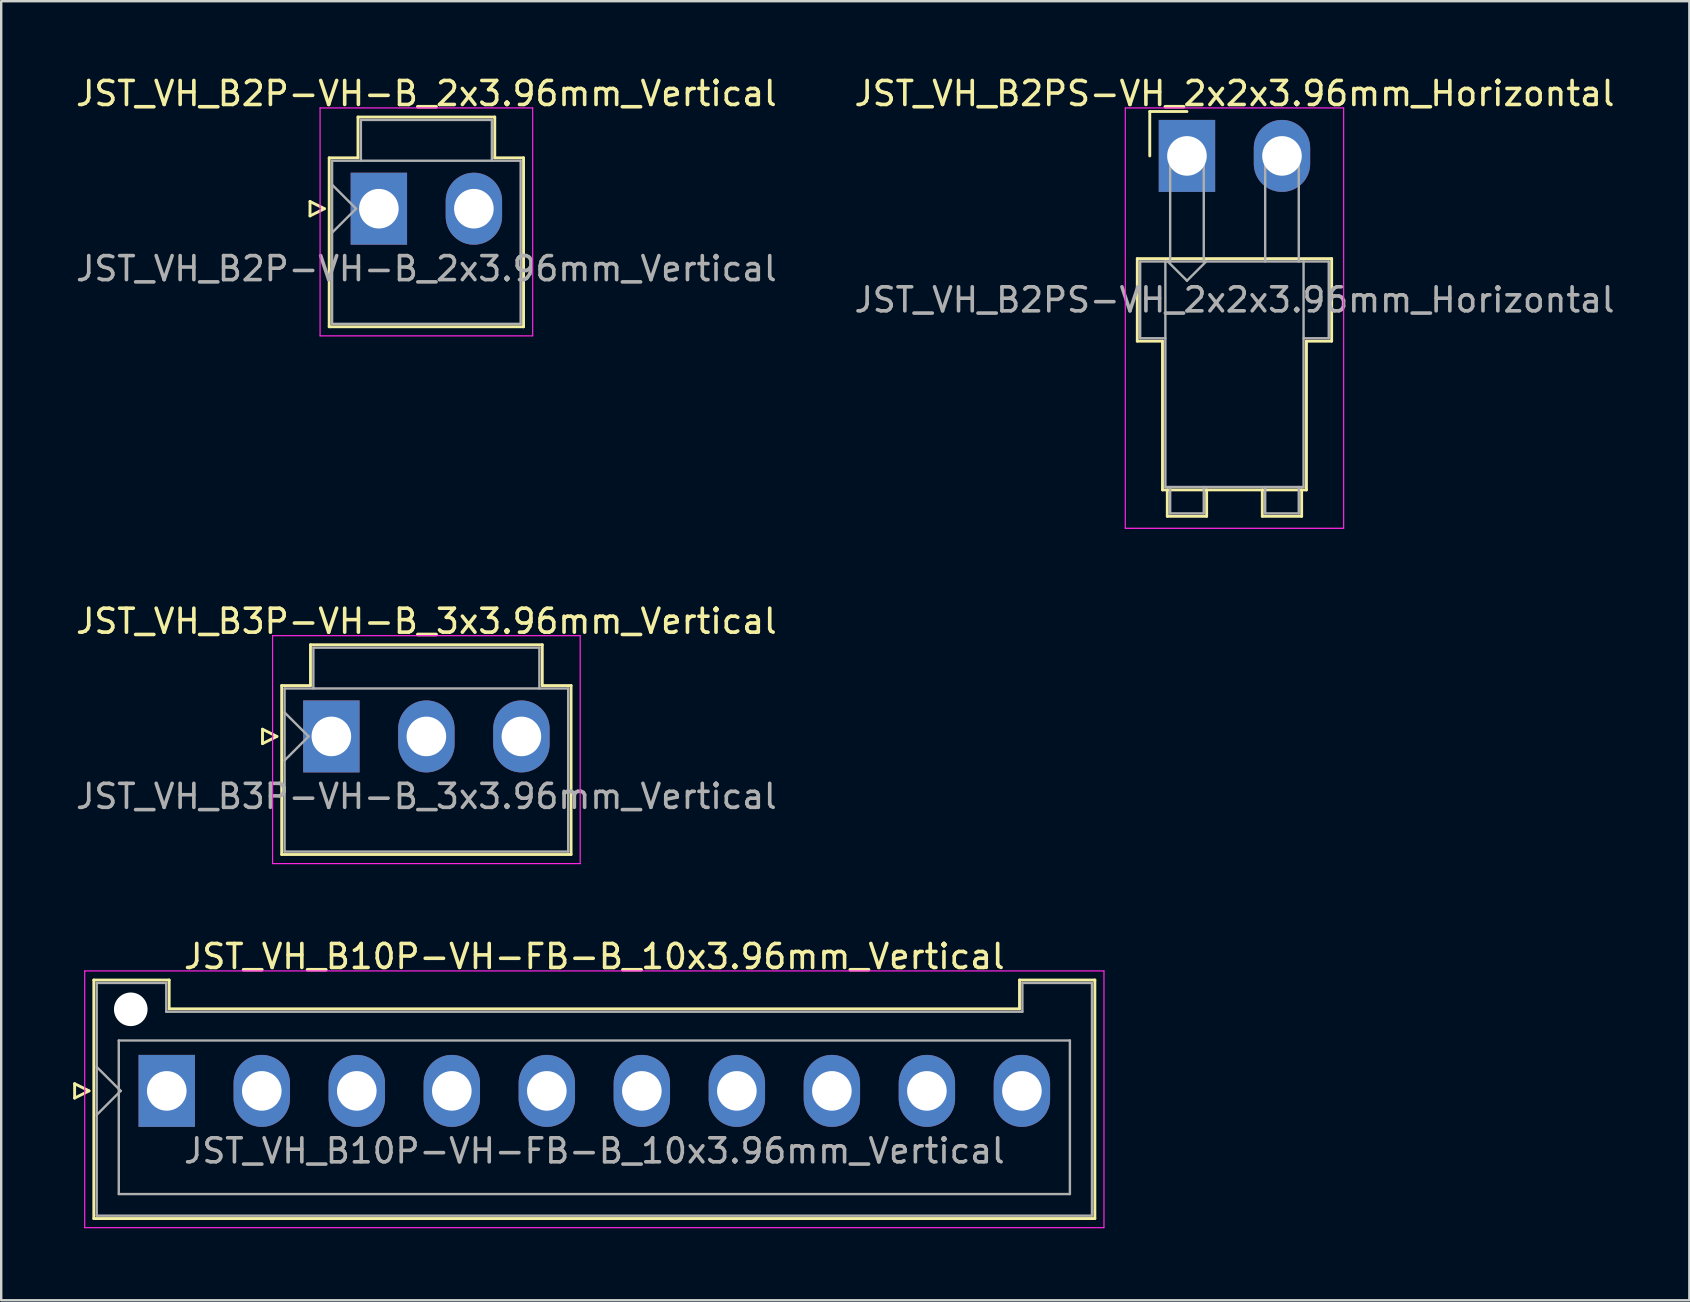
<source format=kicad_pcb>
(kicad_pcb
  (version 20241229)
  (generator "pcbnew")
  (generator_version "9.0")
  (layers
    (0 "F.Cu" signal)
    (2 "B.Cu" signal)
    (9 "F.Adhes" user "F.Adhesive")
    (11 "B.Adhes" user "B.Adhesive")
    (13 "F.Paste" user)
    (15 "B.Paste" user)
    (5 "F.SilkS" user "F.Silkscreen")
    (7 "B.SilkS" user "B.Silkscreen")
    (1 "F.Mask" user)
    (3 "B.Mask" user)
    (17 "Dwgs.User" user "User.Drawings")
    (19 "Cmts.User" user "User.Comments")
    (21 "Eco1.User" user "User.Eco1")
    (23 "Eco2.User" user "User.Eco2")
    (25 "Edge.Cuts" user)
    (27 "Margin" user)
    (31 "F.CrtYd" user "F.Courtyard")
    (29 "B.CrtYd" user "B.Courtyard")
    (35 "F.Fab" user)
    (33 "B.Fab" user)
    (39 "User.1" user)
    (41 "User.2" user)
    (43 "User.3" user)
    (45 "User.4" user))
  (footprint "JST_VH_B2PS-VH_2x2x3.96mm_Horizontal"
    (layer "F.Cu")
    (at 46.419 3.448)
    (property "Reference" "JST_VH_B2PS-VH_2x2x3.96mm_Horizontal" (at 1.98 -2.6 0) (layer "F.SilkS") (effects (font (size 1 1) (thickness 0.15))))
    (attr through_hole)
    (fp_line (start -2.07 4.28) (end 6.03 4.28) (stroke (width 0.12) (type solid)) (layer "F.SilkS"))
    (fp_line (start -2.07 7.72) (end -2.07 4.28) (stroke (width 0.12) (type solid)) (layer "F.SilkS"))
    (fp_line (start -1.55 -1.85) (end -1.55 0) (stroke (width 0.12) (type solid)) (layer "F.SilkS"))
    (fp_line (start -1.02 7.72) (end -2.07 7.72) (stroke (width 0.12) (type solid)) (layer "F.SilkS"))
    (fp_line (start -1.02 13.92) (end -1.02 7.72) (stroke (width 0.12) (type solid)) (layer "F.SilkS"))
    (fp_line (start -0.82 13.92) (end -0.82 15.02) (stroke (width 0.12) (type solid)) (layer "F.SilkS"))
    (fp_line (start -0.82 15.02) (end 0.82 15.02) (stroke (width 0.12) (type solid)) (layer "F.SilkS"))
    (fp_line (start 0 -1.85) (end -1.55 -1.85) (stroke (width 0.12) (type solid)) (layer "F.SilkS"))
    (fp_line (start 0.82 15.02) (end 0.82 13.92) (stroke (width 0.12) (type solid)) (layer "F.SilkS"))
    (fp_line (start 3.14 13.92) (end 3.14 15.02) (stroke (width 0.12) (type solid)) (layer "F.SilkS"))
    (fp_line (start 3.14 15.02) (end 4.78 15.02) (stroke (width 0.12) (type solid)) (layer "F.SilkS"))
    (fp_line (start 4.78 15.02) (end 4.78 13.92) (stroke (width 0.12) (type solid)) (layer "F.SilkS"))
    (fp_line (start 4.98 7.72) (end 4.98 13.92) (stroke (width 0.12) (type solid)) (layer "F.SilkS"))
    (fp_line (start 4.98 13.92) (end -1.02 13.92) (stroke (width 0.12) (type solid)) (layer "F.SilkS"))
    (fp_line (start 6.03 4.28) (end 6.03 7.72) (stroke (width 0.12) (type solid)) (layer "F.SilkS"))
    (fp_line (start 6.03 7.72) (end 4.98 7.72) (stroke (width 0.12) (type solid)) (layer "F.SilkS"))
    (fp_line (start -2.57 -2) (end -2.57 15.52) (stroke (width 0.05) (type solid)) (layer "F.CrtYd"))
    (fp_line (start -2.57 15.52) (end 6.53 15.52) (stroke (width 0.05) (type solid)) (layer "F.CrtYd"))
    (fp_line (start 6.53 -2) (end -2.57 -2) (stroke (width 0.05) (type solid)) (layer "F.CrtYd"))
    (fp_line (start 6.53 15.52) (end 6.53 -2) (stroke (width 0.05) (type solid)) (layer "F.CrtYd"))
    (fp_line (start -1.95 4.4) (end -0.9 4.4) (stroke (width 0.1) (type solid)) (layer "F.Fab"))
    (fp_line (start -1.95 7.6) (end -1.95 4.4) (stroke (width 0.1) (type solid)) (layer "F.Fab"))
    (fp_line (start -0.9 4.4) (end -0.9 13.8) (stroke (width 0.1) (type solid)) (layer "F.Fab"))
    (fp_line (start -0.9 7.6) (end -1.95 7.6) (stroke (width 0.1) (type solid)) (layer "F.Fab"))
    (fp_line (start -0.9 13.8) (end 4.86 13.8) (stroke (width 0.1) (type solid)) (layer "F.Fab"))
    (fp_line (start -0.8 4.4) (end 0 5.2) (stroke (width 0.1) (type solid)) (layer "F.Fab"))
    (fp_line (start -0.7 0) (end 0.7 0) (stroke (width 0.1) (type solid)) (layer "F.Fab"))
    (fp_line (start -0.7 4.4) (end -0.7 0) (stroke (width 0.1) (type solid)) (layer "F.Fab"))
    (fp_line (start -0.7 13.8) (end -0.7 14.9) (stroke (width 0.1) (type solid)) (layer "F.Fab"))
    (fp_line (start -0.7 14.9) (end 0.7 14.9) (stroke (width 0.1) (type solid)) (layer "F.Fab"))
    (fp_line (start 0 5.2) (end 0.8 4.4) (stroke (width 0.1) (type solid)) (layer "F.Fab"))
    (fp_line (start 0.7 0) (end 0.7 4.4) (stroke (width 0.1) (type solid)) (layer "F.Fab"))
    (fp_line (start 0.7 14.9) (end 0.7 13.8) (stroke (width 0.1) (type solid)) (layer "F.Fab"))
    (fp_line (start 3.26 0) (end 4.66 0) (stroke (width 0.1) (type solid)) (layer "F.Fab"))
    (fp_line (start 3.26 4.4) (end 3.26 0) (stroke (width 0.1) (type solid)) (layer "F.Fab"))
    (fp_line (start 3.26 13.8) (end 3.26 14.9) (stroke (width 0.1) (type solid)) (layer "F.Fab"))
    (fp_line (start 3.26 14.9) (end 4.66 14.9) (stroke (width 0.1) (type solid)) (layer "F.Fab"))
    (fp_line (start 4.66 0) (end 4.66 4.4) (stroke (width 0.1) (type solid)) (layer "F.Fab"))
    (fp_line (start 4.66 14.9) (end 4.66 13.8) (stroke (width 0.1) (type solid)) (layer "F.Fab"))
    (fp_line (start 4.86 4.4) (end -0.9 4.4) (stroke (width 0.1) (type solid)) (layer "F.Fab"))
    (fp_line (start 4.86 4.4) (end 5.91 4.4) (stroke (width 0.1) (type solid)) (layer "F.Fab"))
    (fp_line (start 4.86 13.8) (end 4.86 4.4) (stroke (width 0.1) (type solid)) (layer "F.Fab"))
    (fp_line (start 5.91 4.4) (end 5.91 7.6) (stroke (width 0.1) (type solid)) (layer "F.Fab"))
    (fp_line (start 5.91 7.6) (end 4.86 7.6) (stroke (width 0.1) (type solid)) (layer "F.Fab"))
    (fp_text user "${REFERENCE}" (at 1.98 6 0) (layer "F.Fab") (effects (font (size 1 1) (thickness 0.15))))
    (pad "1" thru_hole rect (at 0 0) (size 2.35 3) (drill 1.65) (layers "*.Cu" "*.Mask"))
    (pad "2" thru_hole oval (at 3.96 0) (size 2.35 3) (drill 1.65) (layers "*.Cu" "*.Mask")))
  (footprint "JST_VH_B10P-VH-FB-B_10x3.96mm_Vertical"
    (layer "F.Cu")
    (at 3.9 42.415)
    (property "Reference" "JST_VH_B10P-VH-FB-B_10x3.96mm_Vertical" (at 17.82 -5.6 0) (layer "F.SilkS") (effects (font (size 1 1) (thickness 0.15))))
    (attr through_hole)
    (fp_line (start -3.84 -0.3) (end -3.24 0) (stroke (width 0.12) (type solid)) (layer "F.SilkS"))
    (fp_line (start -3.84 0.3) (end -3.84 -0.3) (stroke (width 0.12) (type solid)) (layer "F.SilkS"))
    (fp_line (start -3.24 0) (end -3.84 0.3) (stroke (width 0.12) (type solid)) (layer "F.SilkS"))
    (fp_line (start -3.04 -4.62) (end 0.1 -4.62) (stroke (width 0.12) (type solid)) (layer "F.SilkS"))
    (fp_line (start -3.04 5.32) (end -3.04 -4.62) (stroke (width 0.12) (type solid)) (layer "F.SilkS"))
    (fp_line (start 0.1 -4.62) (end 0.1 -3.42) (stroke (width 0.12) (type solid)) (layer "F.SilkS"))
    (fp_line (start 0.1 -3.42) (end 35.54 -3.42) (stroke (width 0.12) (type solid)) (layer "F.SilkS"))
    (fp_line (start 35.54 -4.62) (end 38.68 -4.62) (stroke (width 0.12) (type solid)) (layer "F.SilkS"))
    (fp_line (start 35.54 -3.42) (end 35.54 -4.62) (stroke (width 0.12) (type solid)) (layer "F.SilkS"))
    (fp_line (start 38.68 -4.62) (end 38.68 5.32) (stroke (width 0.12) (type solid)) (layer "F.SilkS"))
    (fp_line (start 38.68 5.32) (end -3.04 5.32) (stroke (width 0.12) (type solid)) (layer "F.SilkS"))
    (fp_line (start -3.42 -5) (end -3.42 5.7) (stroke (width 0.05) (type solid)) (layer "F.CrtYd"))
    (fp_line (start -3.42 5.7) (end 39.06 5.7) (stroke (width 0.05) (type solid)) (layer "F.CrtYd"))
    (fp_line (start 39.06 -5) (end -3.42 -5) (stroke (width 0.05) (type solid)) (layer "F.CrtYd"))
    (fp_line (start 39.06 5.7) (end 39.06 -5) (stroke (width 0.05) (type solid)) (layer "F.CrtYd"))
    (fp_line (start -2.92 -4.5) (end -0.02 -4.5) (stroke (width 0.1) (type solid)) (layer "F.Fab"))
    (fp_line (start -2.92 -1) (end -1.92 0) (stroke (width 0.1) (type solid)) (layer "F.Fab"))
    (fp_line (start -2.92 1) (end -1.92 0) (stroke (width 0.1) (type solid)) (layer "F.Fab"))
    (fp_line (start -2.92 5.2) (end -2.92 -4.5) (stroke (width 0.1) (type solid)) (layer "F.Fab"))
    (fp_line (start -2 -2.1) (end 37.64 -2.1) (stroke (width 0.1) (type solid)) (layer "F.Fab"))
    (fp_line (start -2 4.3) (end -2 -2.1) (stroke (width 0.1) (type solid)) (layer "F.Fab"))
    (fp_line (start -0.02 -4.5) (end -0.02 -3.3) (stroke (width 0.1) (type solid)) (layer "F.Fab"))
    (fp_line (start -0.02 -3.3) (end 35.66 -3.3) (stroke (width 0.1) (type solid)) (layer "F.Fab"))
    (fp_line (start 35.66 -4.5) (end 38.56 -4.5) (stroke (width 0.1) (type solid)) (layer "F.Fab"))
    (fp_line (start 35.66 -3.3) (end 35.66 -4.5) (stroke (width 0.1) (type solid)) (layer "F.Fab"))
    (fp_line (start 37.64 -2.1) (end 37.64 4.3) (stroke (width 0.1) (type solid)) (layer "F.Fab"))
    (fp_line (start 37.64 4.3) (end -2 4.3) (stroke (width 0.1) (type solid)) (layer "F.Fab"))
    (fp_line (start 38.56 -4.5) (end 38.56 5.2) (stroke (width 0.1) (type solid)) (layer "F.Fab"))
    (fp_line (start 38.56 5.2) (end -2.92 5.2) (stroke (width 0.1) (type solid)) (layer "F.Fab"))
    (fp_text user "${REFERENCE}" (at 17.82 2.5 0) (layer "F.Fab") (effects (font (size 1 1) (thickness 0.15))))
    (pad "" np_thru_hole circle (at -1.5 -3.4) (size 1.4 1.4) (drill 1.4) (layers "*.Cu" "*.Mask"))
    (pad "1" thru_hole rect (at 0 0) (size 2.35 3) (drill 1.65) (layers "*.Cu" "*.Mask"))
    (pad "2" thru_hole oval (at 3.96 0) (size 2.35 3) (drill 1.65) (layers "*.Cu" "*.Mask"))
    (pad "3" thru_hole oval (at 7.92 0) (size 2.35 3) (drill 1.65) (layers "*.Cu" "*.Mask"))
    (pad "4" thru_hole oval (at 11.88 0) (size 2.35 3) (drill 1.65) (layers "*.Cu" "*.Mask"))
    (pad "5" thru_hole oval (at 15.84 0) (size 2.35 3) (drill 1.65) (layers "*.Cu" "*.Mask"))
    (pad "6" thru_hole oval (at 19.8 0) (size 2.35 3) (drill 1.65) (layers "*.Cu" "*.Mask"))
    (pad "7" thru_hole oval (at 23.76 0) (size 2.35 3) (drill 1.65) (layers "*.Cu" "*.Mask"))
    (pad "8" thru_hole oval (at 27.72 0) (size 2.35 3) (drill 1.65) (layers "*.Cu" "*.Mask"))
    (pad "9" thru_hole oval (at 31.68 0) (size 2.35 3) (drill 1.65) (layers "*.Cu" "*.Mask"))
    (pad "10" thru_hole oval (at 35.64 0) (size 2.35 3) (drill 1.65) (layers "*.Cu" "*.Mask")))
  (footprint "JST_VH_B2P-VH-B_2x3.96mm_Vertical"
    (layer "F.Cu")
    (at 12.74 5.648)
    (property "Reference" "JST_VH_B2P-VH-B_2x3.96mm_Vertical" (at 1.98 -4.8 0) (layer "F.SilkS") (effects (font (size 1 1) (thickness 0.15))))
    (attr through_hole)
    (fp_line (start -2.87 -0.3) (end -2.27 0) (stroke (width 0.12) (type solid)) (layer "F.SilkS"))
    (fp_line (start -2.87 0.3) (end -2.87 -0.3) (stroke (width 0.12) (type solid)) (layer "F.SilkS"))
    (fp_line (start -2.27 0) (end -2.87 0.3) (stroke (width 0.12) (type solid)) (layer "F.SilkS"))
    (fp_line (start -2.07 -2.12) (end -0.87 -2.12) (stroke (width 0.12) (type solid)) (layer "F.SilkS"))
    (fp_line (start -2.07 4.92) (end -2.07 -2.12) (stroke (width 0.12) (type solid)) (layer "F.SilkS"))
    (fp_line (start -0.87 -3.82) (end 4.83 -3.82) (stroke (width 0.12) (type solid)) (layer "F.SilkS"))
    (fp_line (start -0.87 -2.12) (end -0.87 -3.82) (stroke (width 0.12) (type solid)) (layer "F.SilkS"))
    (fp_line (start 4.83 -3.82) (end 4.83 -2.12) (stroke (width 0.12) (type solid)) (layer "F.SilkS"))
    (fp_line (start 4.83 -2.12) (end 6.03 -2.12) (stroke (width 0.12) (type solid)) (layer "F.SilkS"))
    (fp_line (start 6.03 -2.12) (end 6.03 4.92) (stroke (width 0.12) (type solid)) (layer "F.SilkS"))
    (fp_line (start 6.03 4.92) (end -2.07 4.92) (stroke (width 0.12) (type solid)) (layer "F.SilkS"))
    (fp_line (start -2.45 -4.2) (end -2.45 5.3) (stroke (width 0.05) (type solid)) (layer "F.CrtYd"))
    (fp_line (start -2.45 5.3) (end 6.41 5.3) (stroke (width 0.05) (type solid)) (layer "F.CrtYd"))
    (fp_line (start 6.41 -4.2) (end -2.45 -4.2) (stroke (width 0.05) (type solid)) (layer "F.CrtYd"))
    (fp_line (start 6.41 5.3) (end 6.41 -4.2) (stroke (width 0.05) (type solid)) (layer "F.CrtYd"))
    (fp_line (start -1.95 -2) (end -1.95 4.8) (stroke (width 0.1) (type solid)) (layer "F.Fab"))
    (fp_line (start -1.95 -1) (end -0.95 0) (stroke (width 0.1) (type solid)) (layer "F.Fab"))
    (fp_line (start -1.95 1) (end -0.95 0) (stroke (width 0.1) (type solid)) (layer "F.Fab"))
    (fp_line (start -1.95 4.8) (end 5.91 4.8) (stroke (width 0.1) (type solid)) (layer "F.Fab"))
    (fp_line (start -0.75 -3.7) (end 4.71 -3.7) (stroke (width 0.1) (type solid)) (layer "F.Fab"))
    (fp_line (start -0.75 -2) (end -0.75 -3.7) (stroke (width 0.1) (type solid)) (layer "F.Fab"))
    (fp_line (start 4.71 -3.7) (end 4.71 -2) (stroke (width 0.1) (type solid)) (layer "F.Fab"))
    (fp_line (start 5.91 -2) (end -1.95 -2) (stroke (width 0.1) (type solid)) (layer "F.Fab"))
    (fp_line (start 5.91 4.8) (end 5.91 -2) (stroke (width 0.1) (type solid)) (layer "F.Fab"))
    (fp_text user "${REFERENCE}" (at 1.98 2.5 0) (layer "F.Fab") (effects (font (size 1 1) (thickness 0.15))))
    (pad "1" thru_hole rect (at 0 0) (size 2.35 3) (drill 1.65) (layers "*.Cu" "*.Mask"))
    (pad "2" thru_hole oval (at 3.96 0) (size 2.35 3) (drill 1.65) (layers "*.Cu" "*.Mask")))
  (footprint "JST_VH_B3P-VH-B_3x3.96mm_Vertical"
    (layer "F.Cu")
    (at 10.76 27.642)
    (property "Reference" "JST_VH_B3P-VH-B_3x3.96mm_Vertical" (at 3.96 -4.8 0) (layer "F.SilkS") (effects (font (size 1 1) (thickness 0.15))))
    (attr through_hole)
    (fp_line (start -2.87 -0.3) (end -2.27 0) (stroke (width 0.12) (type solid)) (layer "F.SilkS"))
    (fp_line (start -2.87 0.3) (end -2.87 -0.3) (stroke (width 0.12) (type solid)) (layer "F.SilkS"))
    (fp_line (start -2.27 0) (end -2.87 0.3) (stroke (width 0.12) (type solid)) (layer "F.SilkS"))
    (fp_line (start -2.07 -2.12) (end -0.87 -2.12) (stroke (width 0.12) (type solid)) (layer "F.SilkS"))
    (fp_line (start -2.07 4.92) (end -2.07 -2.12) (stroke (width 0.12) (type solid)) (layer "F.SilkS"))
    (fp_line (start -0.87 -3.82) (end 8.79 -3.82) (stroke (width 0.12) (type solid)) (layer "F.SilkS"))
    (fp_line (start -0.87 -2.12) (end -0.87 -3.82) (stroke (width 0.12) (type solid)) (layer "F.SilkS"))
    (fp_line (start 8.79 -3.82) (end 8.79 -2.12) (stroke (width 0.12) (type solid)) (layer "F.SilkS"))
    (fp_line (start 8.79 -2.12) (end 9.99 -2.12) (stroke (width 0.12) (type solid)) (layer "F.SilkS"))
    (fp_line (start 9.99 -2.12) (end 9.99 4.92) (stroke (width 0.12) (type solid)) (layer "F.SilkS"))
    (fp_line (start 9.99 4.92) (end -2.07 4.92) (stroke (width 0.12) (type solid)) (layer "F.SilkS"))
    (fp_line (start -2.45 -4.2) (end -2.45 5.3) (stroke (width 0.05) (type solid)) (layer "F.CrtYd"))
    (fp_line (start -2.45 5.3) (end 10.37 5.3) (stroke (width 0.05) (type solid)) (layer "F.CrtYd"))
    (fp_line (start 10.37 -4.2) (end -2.45 -4.2) (stroke (width 0.05) (type solid)) (layer "F.CrtYd"))
    (fp_line (start 10.37 5.3) (end 10.37 -4.2) (stroke (width 0.05) (type solid)) (layer "F.CrtYd"))
    (fp_line (start -1.95 -2) (end -1.95 4.8) (stroke (width 0.1) (type solid)) (layer "F.Fab"))
    (fp_line (start -1.95 -1) (end -0.95 0) (stroke (width 0.1) (type solid)) (layer "F.Fab"))
    (fp_line (start -1.95 1) (end -0.95 0) (stroke (width 0.1) (type solid)) (layer "F.Fab"))
    (fp_line (start -1.95 4.8) (end 9.87 4.8) (stroke (width 0.1) (type solid)) (layer "F.Fab"))
    (fp_line (start -0.75 -3.7) (end 8.67 -3.7) (stroke (width 0.1) (type solid)) (layer "F.Fab"))
    (fp_line (start -0.75 -2) (end -0.75 -3.7) (stroke (width 0.1) (type solid)) (layer "F.Fab"))
    (fp_line (start 8.67 -3.7) (end 8.67 -2) (stroke (width 0.1) (type solid)) (layer "F.Fab"))
    (fp_line (start 9.87 -2) (end -1.95 -2) (stroke (width 0.1) (type solid)) (layer "F.Fab"))
    (fp_line (start 9.87 4.8) (end 9.87 -2) (stroke (width 0.1) (type solid)) (layer "F.Fab"))
    (fp_text user "${REFERENCE}" (at 3.96 2.5 0) (layer "F.Fab") (effects (font (size 1 1) (thickness 0.15))))
    (pad "1" thru_hole rect (at 0 0) (size 2.35 3) (drill 1.65) (layers "*.Cu" "*.Mask"))
    (pad "2" thru_hole oval (at 3.96 0) (size 2.35 3) (drill 1.65) (layers "*.Cu" "*.Mask"))
    (pad "3" thru_hole oval (at 7.92 0) (size 2.35 3) (drill 1.65) (layers "*.Cu" "*.Mask")))
  (gr_rect
    (start -3 -3)
    (end 67.357 51.14)
    (stroke (width 0.1) (type default))
    (fill no)
    (layer "Edge.Cuts")))
</source>
